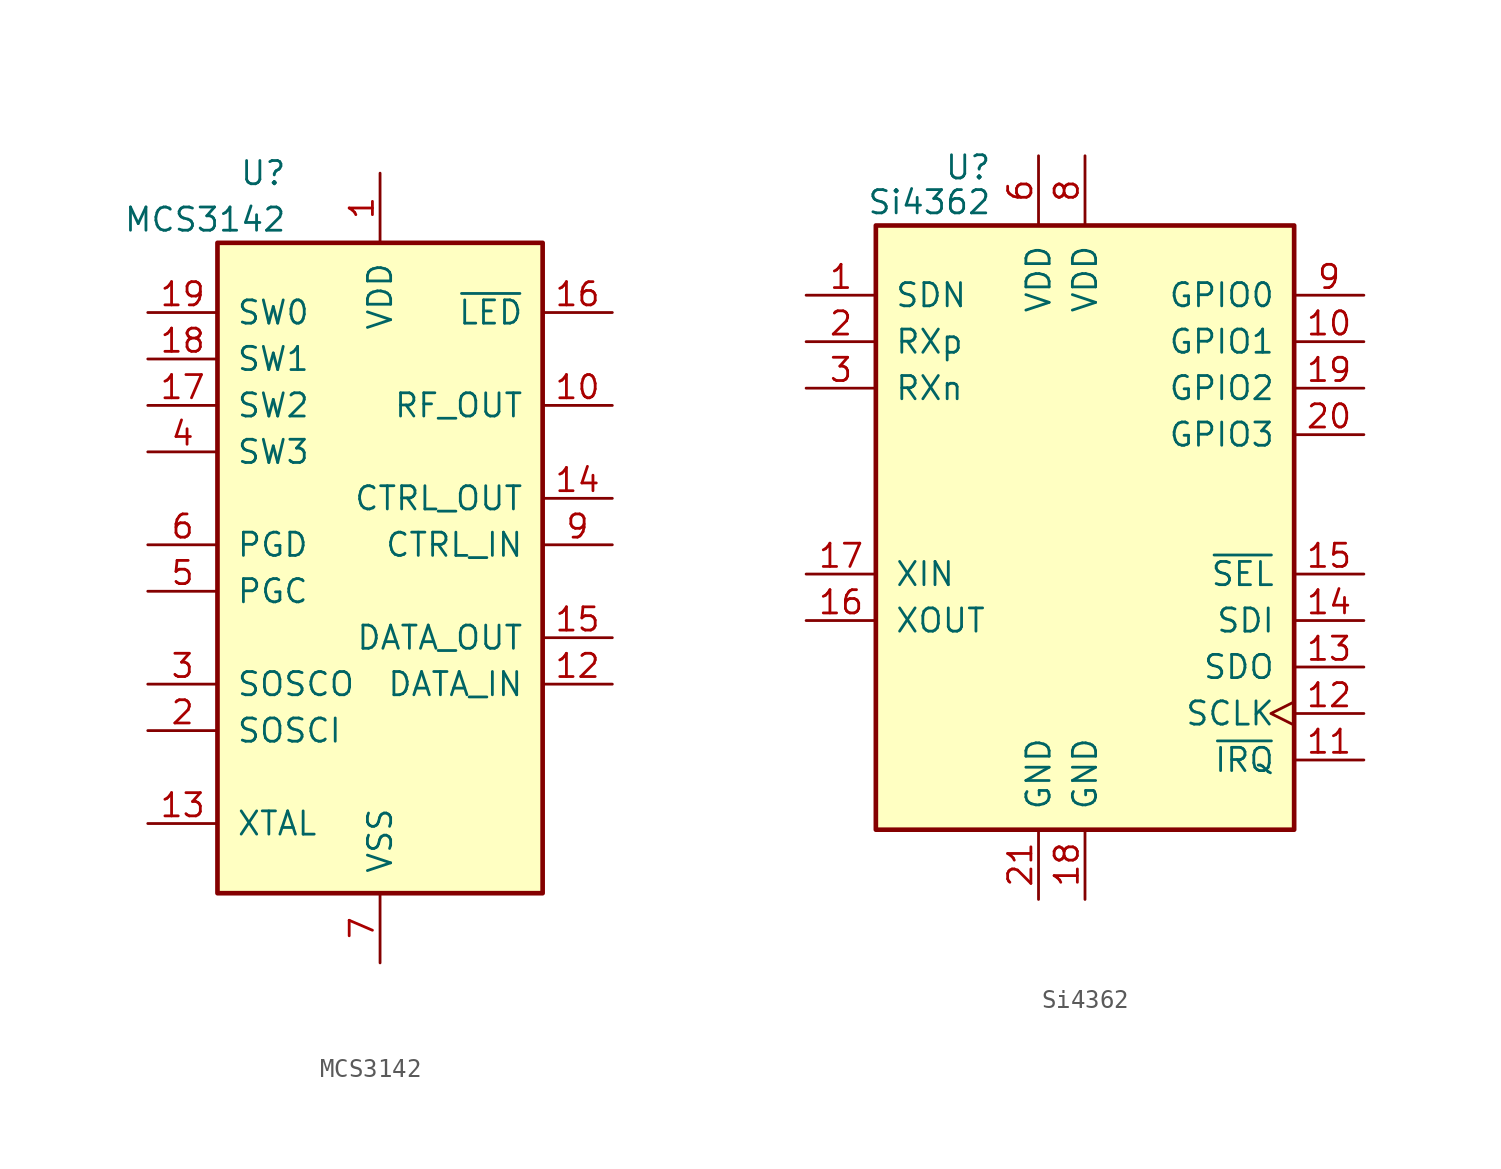
<source format=kicad_sym>
(kicad_symbol_lib
  (version 20231120)
  (generator "kicad_symbol_editor")
  (generator_version "8.0")
  (symbol "MCS3142"
    (pin_names
      (offset 1.016))
    (property "Reference" "U"
      (at -5.08 22.86 0)
      (effects (font (size 1.27 1.27)) (justify right)))
    (property "Value" "MCS3142"
      (at -5.08 20.32 0)
      (effects (font (size 1.27 1.27)) (justify right)))
    (symbol "MCS3142_0_1"
      (rectangle (start -8.89 19.05) (end 8.89 -16.51) (stroke (width 0.254) (type default)) (fill (type background))))
    (symbol "MCS3142_1_1"
      (pin power_in line (at 0 22.86 270) (length 3.81) (name "VDD" (effects (font (size 1.27 1.27)))) (number "1" (effects (font (size 1.27 1.27)))))
      (pin output line (at 12.7 10.16 180) (length 3.81) (name "RF_OUT" (effects (font (size 1.27 1.27)))) (number "10" (effects (font (size 1.27 1.27)))))
      (pin passive line (at 0 -20.32 90) (length 3.81) hide (name "VSS" (effects (font (size 1.27 1.27)))) (number "11" (effects (font (size 1.27 1.27)))))
      (pin input line (at 12.7 -5.08 180) (length 3.81) (name "DATA_IN" (effects (font (size 1.27 1.27)))) (number "12" (effects (font (size 1.27 1.27)))))
      (pin input line (at -12.7 -12.7 0) (length 3.81) (name "XTAL" (effects (font (size 1.27 1.27)))) (number "13" (effects (font (size 1.27 1.27)))))
      (pin output line (at 12.7 5.08 180) (length 3.81) (name "CTRL_OUT" (effects (font (size 1.27 1.27)))) (number "14" (effects (font (size 1.27 1.27)))))
      (pin output line (at 12.7 -2.54 180) (length 3.81) (name "DATA_OUT" (effects (font (size 1.27 1.27)))) (number "15" (effects (font (size 1.27 1.27)))))
      (pin output line (at 12.7 15.24 180) (length 3.81) (name "~{LED}" (effects (font (size 1.27 1.27)))) (number "16" (effects (font (size 1.27 1.27)))))
      (pin input line (at -12.7 10.16 0) (length 3.81) (name "SW2" (effects (font (size 1.27 1.27)))) (number "17" (effects (font (size 1.27 1.27)))))
      (pin input line (at -12.7 12.7 0) (length 3.81) (name "SW1" (effects (font (size 1.27 1.27)))) (number "18" (effects (font (size 1.27 1.27)))))
      (pin input line (at -12.7 15.24 0) (length 3.81) (name "SW0" (effects (font (size 1.27 1.27)))) (number "19" (effects (font (size 1.27 1.27)))))
      (pin input line (at -12.7 -7.62 0) (length 3.81) (name "SOSCI" (effects (font (size 1.27 1.27)))) (number "2" (effects (font (size 1.27 1.27)))))
      (pin passive line (at 0 -20.32 90) (length 3.81) hide (name "VSS" (effects (font (size 1.27 1.27)))) (number "20" (effects (font (size 1.27 1.27)))))
      (pin output line (at -12.7 -5.08 0) (length 3.81) (name "SOSCO" (effects (font (size 1.27 1.27)))) (number "3" (effects (font (size 1.27 1.27)))))
      (pin input line (at -12.7 7.62 0) (length 3.81) (name "SW3" (effects (font (size 1.27 1.27)))) (number "4" (effects (font (size 1.27 1.27)))))
      (pin input line (at -12.7 0 0) (length 3.81) (name "PGC" (effects (font (size 1.27 1.27)))) (number "5" (effects (font (size 1.27 1.27)))))
      (pin bidirectional line (at -12.7 2.54 0) (length 3.81) (name "PGD" (effects (font (size 1.27 1.27)))) (number "6" (effects (font (size 1.27 1.27)))))
      (pin power_in line (at 0 -20.32 90) (length 3.81) (name "VSS" (effects (font (size 1.27 1.27)))) (number "7" (effects (font (size 1.27 1.27)))))
      (pin passive line (at 0 22.86 270) (length 3.81) hide (name "VDD" (effects (font (size 1.27 1.27)))) (number "8" (effects (font (size 1.27 1.27)))))
      (pin input line (at 12.7 2.54 180) (length 3.81) (name "CTRL_IN" (effects (font (size 1.27 1.27)))) (number "9" (effects (font (size 1.27 1.27)))))))
  (symbol "Si4362"
    (pin_names
      (offset 1.016))
    (property "Reference" "U"
      (at -5.08 19.685 0)
      (effects (font (size 1.27 1.27)) (justify right)))
    (property "Value" "Si4362"
      (at -5.08 17.78 0)
      (effects (font (size 1.27 1.27)) (justify right)))
    (symbol "Si4362_0_1"
      (rectangle (start -11.43 16.51) (end 11.43 -16.51) (stroke (width 0.254) (type default)) (fill (type background))))
    (symbol "Si4362_1_1"
      (pin input line (at -15.24 12.7 0) (length 3.81) (name "SDN" (effects (font (size 1.27 1.27)))) (number "1" (effects (font (size 1.27 1.27)))))
      (pin bidirectional line (at 15.24 10.16 180) (length 3.81) (name "GPIO1" (effects (font (size 1.27 1.27)))) (number "10" (effects (font (size 1.27 1.27)))))
      (pin output line (at 15.24 -12.7 180) (length 3.81) (name "~{IRQ}" (effects (font (size 1.27 1.27)))) (number "11" (effects (font (size 1.27 1.27)))))
      (pin input clock (at 15.24 -10.16 180) (length 3.81) (name "SCLK" (effects (font (size 1.27 1.27)))) (number "12" (effects (font (size 1.27 1.27)))))
      (pin output line (at 15.24 -7.62 180) (length 3.81) (name "SDO" (effects (font (size 1.27 1.27)))) (number "13" (effects (font (size 1.27 1.27)))))
      (pin input line (at 15.24 -5.08 180) (length 3.81) (name "SDI" (effects (font (size 1.27 1.27)))) (number "14" (effects (font (size 1.27 1.27)))))
      (pin input line (at 15.24 -2.54 180) (length 3.81) (name "~{SEL}" (effects (font (size 1.27 1.27)))) (number "15" (effects (font (size 1.27 1.27)))))
      (pin output line (at -15.24 -5.08 0) (length 3.81) (name "XOUT" (effects (font (size 1.27 1.27)))) (number "16" (effects (font (size 1.27 1.27)))))
      (pin input line (at -15.24 -2.54 0) (length 3.81) (name "XIN" (effects (font (size 1.27 1.27)))) (number "17" (effects (font (size 1.27 1.27)))))
      (pin power_in line (at 0 -20.32 90) (length 3.81) (name "GND" (effects (font (size 1.27 1.27)))) (number "18" (effects (font (size 1.27 1.27)))))
      (pin bidirectional line (at 15.24 7.62 180) (length 3.81) (name "GPIO2" (effects (font (size 1.27 1.27)))) (number "19" (effects (font (size 1.27 1.27)))))
      (pin input line (at -15.24 10.16 0) (length 3.81) (name "RXp" (effects (font (size 1.27 1.27)))) (number "2" (effects (font (size 1.27 1.27)))))
      (pin bidirectional line (at 15.24 5.08 180) (length 3.81) (name "GPIO3" (effects (font (size 1.27 1.27)))) (number "20" (effects (font (size 1.27 1.27)))))
      (pin power_in line (at -2.54 -20.32 90) (length 3.81) (name "GND" (effects (font (size 1.27 1.27)))) (number "21" (effects (font (size 1.27 1.27)))))
      (pin input line (at -15.24 7.62 0) (length 3.81) (name "RXn" (effects (font (size 1.27 1.27)))) (number "3" (effects (font (size 1.27 1.27)))))
      (pin no_connect line (at 2.54 -16.51 90) (length 3.81) hide (name "NC" (effects (font (size 1.27 1.27)))) (number "4" (effects (font (size 1.27 1.27)))))
      (pin no_connect line (at 5.08 -16.51 90) (length 3.81) hide (name "NC" (effects (font (size 1.27 1.27)))) (number "5" (effects (font (size 1.27 1.27)))))
      (pin power_in line (at -2.54 20.32 270) (length 3.81) (name "VDD" (effects (font (size 1.27 1.27)))) (number "6" (effects (font (size 1.27 1.27)))))
      (pin no_connect line (at 7.62 -16.51 90) (length 3.81) hide (name "NC" (effects (font (size 1.27 1.27)))) (number "7" (effects (font (size 1.27 1.27)))))
      (pin power_in line (at 0 20.32 270) (length 3.81) (name "VDD" (effects (font (size 1.27 1.27)))) (number "8" (effects (font (size 1.27 1.27)))))
      (pin bidirectional line (at 15.24 12.7 180) (length 3.81) (name "GPIO0" (effects (font (size 1.27 1.27)))) (number "9" (effects (font (size 1.27 1.27))))))))
</source>
